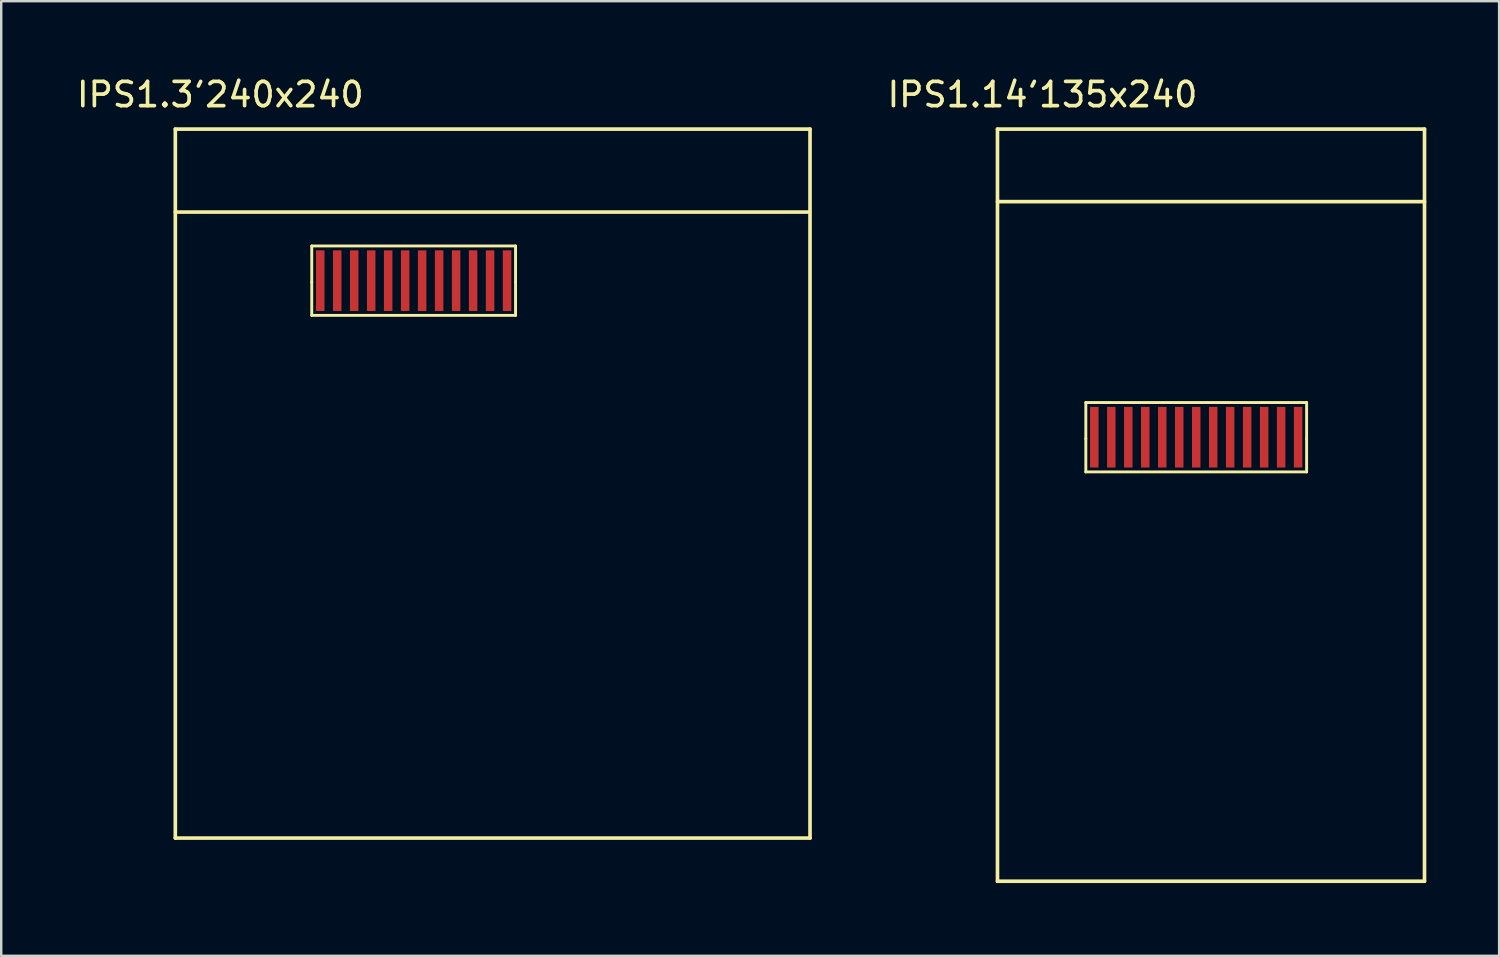
<source format=kicad_pcb>
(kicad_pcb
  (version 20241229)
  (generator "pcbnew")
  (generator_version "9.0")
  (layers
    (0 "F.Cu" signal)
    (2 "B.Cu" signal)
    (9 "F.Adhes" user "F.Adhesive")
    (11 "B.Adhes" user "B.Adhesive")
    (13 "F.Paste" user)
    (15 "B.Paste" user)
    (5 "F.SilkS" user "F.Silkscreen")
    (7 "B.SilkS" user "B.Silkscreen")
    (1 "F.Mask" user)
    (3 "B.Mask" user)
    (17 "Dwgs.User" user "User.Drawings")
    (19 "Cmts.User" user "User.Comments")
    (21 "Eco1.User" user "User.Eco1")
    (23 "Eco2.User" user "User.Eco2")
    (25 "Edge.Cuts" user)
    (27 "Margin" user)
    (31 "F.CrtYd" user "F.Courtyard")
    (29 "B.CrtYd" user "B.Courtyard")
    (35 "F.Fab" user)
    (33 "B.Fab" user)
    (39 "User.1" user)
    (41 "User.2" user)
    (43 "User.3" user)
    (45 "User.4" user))
  (footprint "IPS1.3'240x240"
    (layer "F.Cu")
    (at 10.976 3.921)
    (property "Reference" "IPS1.3'240x240" (at -4.946 -3.072 0) (layer "F.SilkS") (effects (font (size 1 1) (thickness 0.15))))
    (attr smd)
    (fp_line (start -6.8 -1.65) (end -6.8 27.57) (stroke (width 0.15) (type solid)) (layer "F.SilkS"))
    (fp_line (start -6.8 -1.65) (end 19.36 -1.65) (stroke (width 0.15) (type solid)) (layer "F.SilkS"))
    (fp_line (start -6.8 1.77) (end 19.337 1.77) (stroke (width 0.15) (type solid)) (layer "F.SilkS"))
    (fp_line (start -6.8 27.57) (end 19.36 27.57) (stroke (width 0.15) (type solid)) (layer "F.SilkS"))
    (fp_line (start -1.177 3.167) (end 7.223 3.167) (stroke (width 0.12) (type solid)) (layer "F.SilkS"))
    (fp_line (start -1.177 4.657) (end -1.177 3.167) (stroke (width 0.12) (type solid)) (layer "F.SilkS"))
    (fp_line (start -1.177 4.657) (end -1.177 6.027) (stroke (width 0.12) (type solid)) (layer "F.SilkS"))
    (fp_line (start -1.177 6.027) (end 7.223 6.027) (stroke (width 0.12) (type solid)) (layer "F.SilkS"))
    (fp_line (start 7.223 4.657) (end 7.223 3.167) (stroke (width 0.12) (type solid)) (layer "F.SilkS"))
    (fp_line (start 7.223 4.657) (end 7.223 6.027) (stroke (width 0.12) (type solid)) (layer "F.SilkS"))
    (fp_line (start 19.36 -1.65) (end 19.36 27.57) (stroke (width 0.15) (type solid)) (layer "F.SilkS"))
    (pad "1" smd rect (at -0.827 4.597) (size 0.35 2.5) (layers "F.Cu" "F.Mask" "F.Paste"))
    (pad "2" smd rect (at -0.127 4.597) (size 0.35 2.5) (layers "F.Cu" "F.Mask" "F.Paste"))
    (pad "3" smd rect (at 0.573 4.597) (size 0.35 2.5) (layers "F.Cu" "F.Mask" "F.Paste"))
    (pad "4" smd rect (at 1.273 4.597) (size 0.35 2.5) (layers "F.Cu" "F.Mask" "F.Paste"))
    (pad "5" smd rect (at 1.973 4.597) (size 0.35 2.5) (layers "F.Cu" "F.Mask" "F.Paste"))
    (pad "6" smd rect (at 2.673 4.597) (size 0.35 2.5) (layers "F.Cu" "F.Mask" "F.Paste"))
    (pad "7" smd rect (at 3.373 4.597) (size 0.35 2.5) (layers "F.Cu" "F.Mask" "F.Paste"))
    (pad "8" smd rect (at 4.073 4.597) (size 0.35 2.5) (layers "F.Cu" "F.Mask" "F.Paste"))
    (pad "9" smd rect (at 4.773 4.597) (size 0.35 2.5) (layers "F.Cu" "F.Mask" "F.Paste"))
    (pad "10" smd rect (at 5.473 4.597) (size 0.35 2.5) (layers "F.Cu" "F.Mask" "F.Paste"))
    (pad "11" smd rect (at 6.173 4.597) (size 0.35 2.5) (layers "F.Cu" "F.Mask" "F.Paste"))
    (pad "12" smd rect (at 6.873 4.597) (size 0.35 2.5) (layers "F.Cu" "F.Mask" "F.Paste")))
  (footprint "IPS1.14'135x240"
    (layer "F.Cu")
    (at 44.862 3.921)
    (property "Reference" "IPS1.14'135x240" (at -4.946 -3.072 0) (layer "F.SilkS") (effects (font (size 1 1) (thickness 0.15))))
    (attr smd)
    (fp_line (start -6.8 -1.65) (end -6.8 29.35) (stroke (width 0.15) (type solid)) (layer "F.SilkS"))
    (fp_line (start -6.8 -1.65) (end 10.8 -1.65) (stroke (width 0.15) (type solid)) (layer "F.SilkS"))
    (fp_line (start -6.8 1.34) (end 10.8 1.34) (stroke (width 0.15) (type solid)) (layer "F.SilkS"))
    (fp_line (start -6.8 29.35) (end 10.8 29.35) (stroke (width 0.15) (type solid)) (layer "F.SilkS"))
    (fp_line (start -3.159 9.619) (end 5.941 9.619) (stroke (width 0.12) (type solid)) (layer "F.SilkS"))
    (fp_line (start -3.159 11.109) (end -3.159 9.619) (stroke (width 0.12) (type solid)) (layer "F.SilkS"))
    (fp_line (start -3.159 11.109) (end -3.159 12.479) (stroke (width 0.12) (type solid)) (layer "F.SilkS"))
    (fp_line (start -3.159 12.479) (end 5.941 12.479) (stroke (width 0.12) (type solid)) (layer "F.SilkS"))
    (fp_line (start 5.941 11.109) (end 5.941 9.619) (stroke (width 0.12) (type solid)) (layer "F.SilkS"))
    (fp_line (start 5.941 11.109) (end 5.941 12.479) (stroke (width 0.12) (type solid)) (layer "F.SilkS"))
    (fp_line (start 10.8 -1.65) (end 10.8 29.35) (stroke (width 0.15) (type solid)) (layer "F.SilkS"))
    (pad "1" smd rect (at -2.809 11.049) (size 0.35 2.5) (layers "F.Cu" "F.Mask" "F.Paste"))
    (pad "2" smd rect (at -2.109 11.049) (size 0.35 2.5) (layers "F.Cu" "F.Mask" "F.Paste"))
    (pad "3" smd rect (at -1.409 11.049) (size 0.35 2.5) (layers "F.Cu" "F.Mask" "F.Paste"))
    (pad "4" smd rect (at -0.709 11.049) (size 0.35 2.5) (layers "F.Cu" "F.Mask" "F.Paste"))
    (pad "5" smd rect (at -0.009 11.049) (size 0.35 2.5) (layers "F.Cu" "F.Mask" "F.Paste"))
    (pad "6" smd rect (at 0.691 11.049) (size 0.35 2.5) (layers "F.Cu" "F.Mask" "F.Paste"))
    (pad "7" smd rect (at 1.391 11.049) (size 0.35 2.5) (layers "F.Cu" "F.Mask" "F.Paste"))
    (pad "8" smd rect (at 2.091 11.049) (size 0.35 2.5) (layers "F.Cu" "F.Mask" "F.Paste"))
    (pad "9" smd rect (at 2.791 11.049) (size 0.35 2.5) (layers "F.Cu" "F.Mask" "F.Paste"))
    (pad "10" smd rect (at 3.491 11.049) (size 0.35 2.5) (layers "F.Cu" "F.Mask" "F.Paste"))
    (pad "11" smd rect (at 4.191 11.049) (size 0.35 2.5) (layers "F.Cu" "F.Mask" "F.Paste"))
    (pad "12" smd rect (at 4.891 11.049) (size 0.35 2.5) (layers "F.Cu" "F.Mask" "F.Paste"))
    (pad "13" smd rect (at 5.591 11.049) (size 0.35 2.5) (layers "F.Cu" "F.Mask" "F.Paste")))
  (gr_rect
    (start -3 -3)
    (end 58.737 36.346)
    (stroke (width 0.1) (type default))
    (fill no)
    (layer "Edge.Cuts")))
</source>
